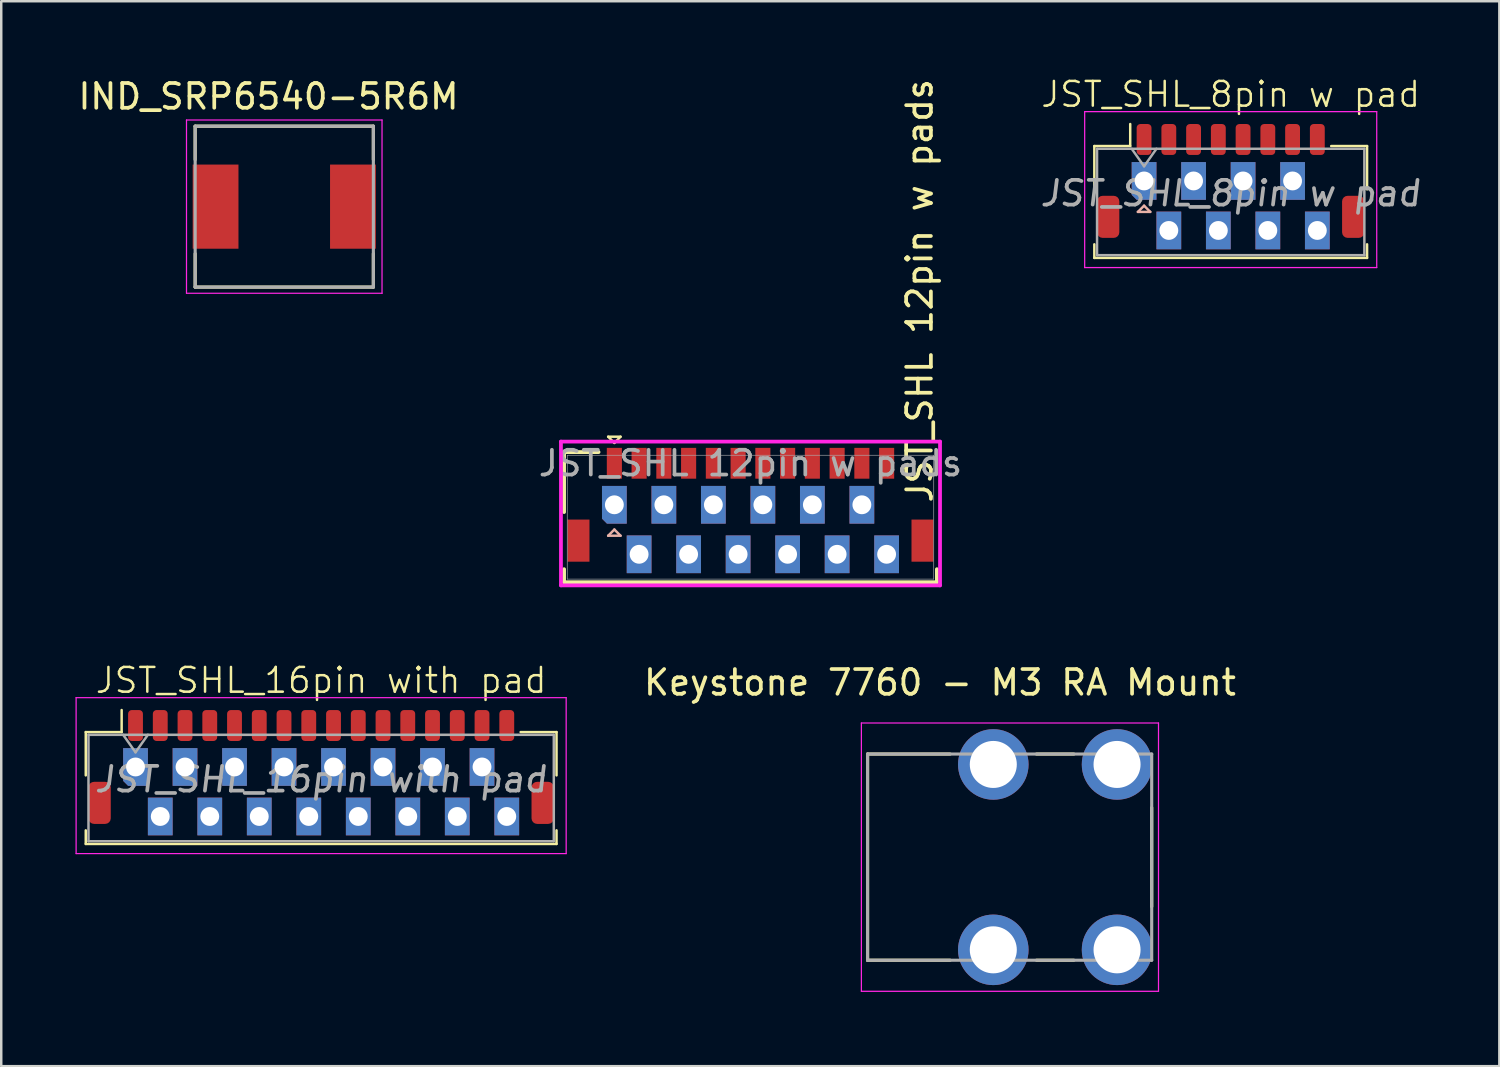
<source format=kicad_pcb>
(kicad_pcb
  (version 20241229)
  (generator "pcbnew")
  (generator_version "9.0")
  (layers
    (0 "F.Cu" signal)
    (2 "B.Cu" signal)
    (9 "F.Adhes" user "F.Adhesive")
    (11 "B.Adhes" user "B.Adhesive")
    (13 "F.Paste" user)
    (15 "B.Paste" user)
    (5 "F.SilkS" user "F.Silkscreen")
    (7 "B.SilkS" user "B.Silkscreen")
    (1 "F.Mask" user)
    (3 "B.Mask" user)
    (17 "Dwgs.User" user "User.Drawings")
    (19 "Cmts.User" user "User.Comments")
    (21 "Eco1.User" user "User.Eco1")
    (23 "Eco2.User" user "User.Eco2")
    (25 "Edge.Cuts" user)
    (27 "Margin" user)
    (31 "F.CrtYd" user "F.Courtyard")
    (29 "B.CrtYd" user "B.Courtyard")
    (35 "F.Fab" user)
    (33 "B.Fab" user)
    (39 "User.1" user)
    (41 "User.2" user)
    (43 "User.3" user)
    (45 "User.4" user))
  (footprint "IND_SRP6540-5R6M"
    (layer "F.Cu")
    (at 8.435 5.299)
    (property "Reference" "IND_SRP6540-5R6M" (at -0.636 -4.45 0) (layer "F.SilkS") (effects (font (size 1.001 1.001) (thickness 0.15))))
    (attr smd)
    (fp_line (start -3.6 -3.25) (end 3.6 -3.25) (stroke (width 0.127) (type solid)) (layer "F.SilkS"))
    (fp_line (start -3.6 -1.9) (end -3.6 -3.25) (stroke (width 0.127) (type solid)) (layer "F.SilkS"))
    (fp_line (start -3.6 3.25) (end -3.6 1.9) (stroke (width 0.127) (type solid)) (layer "F.SilkS"))
    (fp_line (start 3.6 -3.25) (end 3.6 -1.9) (stroke (width 0.127) (type solid)) (layer "F.SilkS"))
    (fp_line (start 3.6 1.9) (end 3.6 3.25) (stroke (width 0.127) (type solid)) (layer "F.SilkS"))
    (fp_line (start 3.6 3.25) (end -3.6 3.25) (stroke (width 0.127) (type solid)) (layer "F.SilkS"))
    (fp_line (start -3.95 -3.5) (end 3.95 -3.5) (stroke (width 0.05) (type solid)) (layer "F.CrtYd"))
    (fp_line (start -3.95 3.5) (end -3.95 -3.5) (stroke (width 0.05) (type solid)) (layer "F.CrtYd"))
    (fp_line (start 3.95 -3.5) (end 3.95 3.5) (stroke (width 0.05) (type solid)) (layer "F.CrtYd"))
    (fp_line (start 3.95 3.5) (end -3.95 3.5) (stroke (width 0.05) (type solid)) (layer "F.CrtYd"))
    (fp_line (start -3.6 -3.25) (end 3.6 -3.25) (stroke (width 0.127) (type solid)) (layer "F.Fab"))
    (fp_line (start -3.6 3.25) (end -3.6 -3.25) (stroke (width 0.127) (type solid)) (layer "F.Fab"))
    (fp_line (start 3.6 -3.25) (end 3.6 3.25) (stroke (width 0.127) (type solid)) (layer "F.Fab"))
    (fp_line (start 3.6 3.25) (end -3.6 3.25) (stroke (width 0.127) (type solid)) (layer "F.Fab"))
    (pad "1" smd rect (at -2.775 0) (size 1.85 3.4) (layers "F.Cu" "F.Mask" "F.Paste"))
    (pad "2" smd rect (at 2.775 0) (size 1.85 3.4) (layers "F.Cu" "F.Mask" "F.Paste")))
  (footprint "JST_SHL_16pin with pad"
    (layer "F.Cu")
    (at 9.925 27.938)
    (property "Reference" "JST_SHL_16pin with pad" (at 0 -3.5 0) (layer "F.SilkS") (effects (font (size 1 1) (thickness 0.1))))
    (fp_line (start -9.51 -1.41) (end -8.06 -1.41) (stroke (width 0.1) (type solid)) (layer "F.SilkS"))
    (fp_line (start -9.51 0.34) (end -9.51 -1.41) (stroke (width 0.1) (type solid)) (layer "F.SilkS"))
    (fp_line (start -9.51 2.56) (end -9.51 3.11) (stroke (width 0.1) (type solid)) (layer "F.SilkS"))
    (fp_line (start -9.51 3.11) (end 9.51 3.11) (stroke (width 0.1) (type solid)) (layer "F.SilkS"))
    (fp_line (start -8.06 -1.41) (end -8.06 -2.3) (stroke (width 0.1) (type solid)) (layer "F.SilkS"))
    (fp_line (start 9.51 -1.41) (end 8.06 -1.41) (stroke (width 0.1) (type solid)) (layer "F.SilkS"))
    (fp_line (start 9.51 0.34) (end 9.51 -1.41) (stroke (width 0.1) (type solid)) (layer "F.SilkS"))
    (fp_line (start 9.51 3.11) (end 9.51 2.56) (stroke (width 0.1) (type solid)) (layer "F.SilkS"))
    (fp_line (start -9.9 -2.8) (end -9.9 3.5) (stroke (width 0.05) (type solid)) (layer "F.CrtYd"))
    (fp_line (start -9.9 3.5) (end 9.9 3.5) (stroke (width 0.05) (type solid)) (layer "F.CrtYd"))
    (fp_line (start 9.9 -2.8) (end -9.9 -2.8) (stroke (width 0.05) (type solid)) (layer "F.CrtYd"))
    (fp_line (start 9.9 3.5) (end 9.9 -2.8) (stroke (width 0.05) (type solid)) (layer "F.CrtYd"))
    (fp_line (start -9.4 -1.3) (end -9.4 3) (stroke (width 0.1) (type solid)) (layer "F.Fab"))
    (fp_line (start -9.4 -1.3) (end 9.4 -1.3) (stroke (width 0.1) (type solid)) (layer "F.Fab"))
    (fp_line (start -9.4 3) (end 9.4 3) (stroke (width 0.1) (type solid)) (layer "F.Fab"))
    (fp_line (start -8 -1.3) (end -7.5 -0.593) (stroke (width 0.1) (type solid)) (layer "F.Fab"))
    (fp_line (start -7.5 -0.593) (end -7 -1.3) (stroke (width 0.1) (type solid)) (layer "F.Fab"))
    (fp_line (start 9.4 -1.3) (end 9.4 3) (stroke (width 0.1) (type solid)) (layer "F.Fab"))
    (fp_text user "${REFERENCE}" (at 0 0.5 0) (unlocked yes) (layer "F.Fab") (effects (font (size 1 1) (thickness 0.15) (italic yes))))
    (pad "1" smd roundrect (at -7.5 -1.675) (size 0.6 1.25) (layers "F.Cu" "F.Mask" "F.Paste") (roundrect_rratio 0.25))
    (pad "1" thru_hole roundrect (at -7.5 0) (size 1 1.524) (drill 0.762) (layers "*.Cu" "*.Mask") (roundrect_rratio 0) (chamfer_ratio 0.2) (chamfer bottom_left))
    (pad "2" smd roundrect (at -6.5 -1.675) (size 0.6 1.25) (layers "F.Cu" "F.Mask" "F.Paste") (roundrect_rratio 0.25))
    (pad "2" thru_hole rect (at -6.5 2) (size 1 1.524) (drill 0.762) (layers "*.Cu" "*.Mask"))
    (pad "3" smd roundrect (at -5.5 -1.675) (size 0.6 1.25) (layers "F.Cu" "F.Mask" "F.Paste") (roundrect_rratio 0.25))
    (pad "3" thru_hole rect (at -5.5 0) (size 1 1.524) (drill 0.762) (layers "*.Cu" "*.Mask"))
    (pad "4" smd roundrect (at -4.5 -1.675) (size 0.6 1.25) (layers "F.Cu" "F.Mask" "F.Paste") (roundrect_rratio 0.25))
    (pad "4" thru_hole rect (at -4.5 2) (size 1 1.524) (drill 0.762) (layers "*.Cu" "*.Mask"))
    (pad "5" smd roundrect (at -3.5 -1.675) (size 0.6 1.25) (layers "F.Cu" "F.Mask" "F.Paste") (roundrect_rratio 0.25))
    (pad "5" thru_hole rect (at -3.5 0) (size 1 1.524) (drill 0.762) (layers "*.Cu" "*.Mask"))
    (pad "6" smd roundrect (at -2.5 -1.675) (size 0.6 1.25) (layers "F.Cu" "F.Mask" "F.Paste") (roundrect_rratio 0.25))
    (pad "6" thru_hole rect (at -2.5 2) (size 1 1.524) (drill 0.762) (layers "*.Cu" "*.Mask"))
    (pad "7" smd roundrect (at -1.5 -1.675) (size 0.6 1.25) (layers "F.Cu" "F.Mask" "F.Paste") (roundrect_rratio 0.25))
    (pad "7" thru_hole rect (at -1.5 0) (size 1 1.524) (drill 0.762) (layers "*.Cu" "*.Mask"))
    (pad "8" smd roundrect (at -0.5 -1.675) (size 0.6 1.25) (layers "F.Cu" "F.Mask" "F.Paste") (roundrect_rratio 0.25))
    (pad "8" thru_hole rect (at -0.5 2) (size 1 1.524) (drill 0.762) (layers "*.Cu" "*.Mask"))
    (pad "9" smd roundrect (at 0.5 -1.675) (size 0.6 1.25) (layers "F.Cu" "F.Mask" "F.Paste") (roundrect_rratio 0.25))
    (pad "9" thru_hole rect (at 0.5 0) (size 1 1.524) (drill 0.762) (layers "*.Cu" "*.Mask"))
    (pad "10" smd roundrect (at 1.5 -1.675) (size 0.6 1.25) (layers "F.Cu" "F.Mask" "F.Paste") (roundrect_rratio 0.25))
    (pad "10" thru_hole rect (at 1.5 2) (size 1 1.524) (drill 0.762) (layers "*.Cu" "*.Mask"))
    (pad "11" smd roundrect (at 2.5 -1.675) (size 0.6 1.25) (layers "F.Cu" "F.Mask" "F.Paste") (roundrect_rratio 0.25))
    (pad "11" thru_hole rect (at 2.5 0) (size 1 1.524) (drill 0.762) (layers "*.Cu" "*.Mask"))
    (pad "12" smd roundrect (at 3.5 -1.675) (size 0.6 1.25) (layers "F.Cu" "F.Mask" "F.Paste") (roundrect_rratio 0.25))
    (pad "12" thru_hole rect (at 3.5 2) (size 1 1.524) (drill 0.762) (layers "*.Cu" "*.Mask"))
    (pad "13" smd roundrect (at 4.5 -1.675) (size 0.6 1.25) (layers "F.Cu" "F.Mask" "F.Paste") (roundrect_rratio 0.25))
    (pad "13" thru_hole rect (at 4.5 0) (size 1 1.524) (drill 0.762) (layers "*.Cu" "*.Mask"))
    (pad "14" smd roundrect (at 5.5 -1.675) (size 0.6 1.25) (layers "F.Cu" "F.Mask" "F.Paste") (roundrect_rratio 0.25))
    (pad "14" thru_hole rect (at 5.5 2) (size 1 1.524) (drill 0.762) (layers "*.Cu" "*.Mask"))
    (pad "15" smd roundrect (at 6.5 -1.675) (size 0.6 1.25) (layers "F.Cu" "F.Mask" "F.Paste") (roundrect_rratio 0.25))
    (pad "15" thru_hole rect (at 6.5 0) (size 1 1.524) (drill 0.762) (layers "*.Cu" "*.Mask"))
    (pad "16" smd roundrect (at 7.5 -1.675) (size 0.6 1.25) (layers "F.Cu" "F.Mask" "F.Paste") (roundrect_rratio 0.25))
    (pad "16" thru_hole rect (at 7.5 2) (size 1 1.524) (drill 0.762) (layers "*.Cu" "*.Mask"))
    (pad "MP" smd roundrect (at -8.95 1.45) (size 0.9 1.7) (layers "F.Cu" "F.Mask" "F.Paste") (roundrect_rratio 0.25))
    (pad "MP" smd roundrect (at 8.95 1.45) (size 0.9 1.7) (layers "F.Cu" "F.Mask" "F.Paste") (roundrect_rratio 0.25)))
  (footprint "Keystone 7760 - M3 RA Mount"
    (layer "F.Cu")
    (at 37.742 31.581)
    (property "Reference" "Keystone 7760 - M3 RA Mount" (at -2.815 -7.055 0) (layer "F.SilkS") (effects (font (size 1 1) (thickness 0.15))))
    (attr through_hole)
    (fp_line (start -5.74 -4.165) (end -5.74 4.165) (stroke (width 0.127) (type solid)) (layer "F.SilkS"))
    (fp_line (start -5.74 4.165) (end -2.405 4.165) (stroke (width 0.127) (type solid)) (layer "F.SilkS"))
    (fp_line (start -2.405 -4.165) (end -5.74 -4.165) (stroke (width 0.127) (type solid)) (layer "F.SilkS"))
    (fp_line (start 1.085 -4.165) (end 2.595 -4.165) (stroke (width 0.127) (type solid)) (layer "F.SilkS"))
    (fp_line (start 1.085 4.165) (end 2.595 4.165) (stroke (width 0.127) (type solid)) (layer "F.SilkS"))
    (fp_line (start 5.74 -2) (end 5.74 2) (stroke (width 0.127) (type solid)) (layer "F.SilkS"))
    (fp_line (start -5.99 -5.42) (end -5.99 5.42) (stroke (width 0.05) (type solid)) (layer "F.CrtYd"))
    (fp_line (start -5.99 5.42) (end 6.015 5.42) (stroke (width 0.05) (type solid)) (layer "F.CrtYd"))
    (fp_line (start 6.015 -5.42) (end -5.99 -5.42) (stroke (width 0.05) (type solid)) (layer "F.CrtYd"))
    (fp_line (start 6.015 5.42) (end 6.015 -5.42) (stroke (width 0.05) (type solid)) (layer "F.CrtYd"))
    (fp_line (start -5.74 -4.165) (end -5.74 4.165) (stroke (width 0.127) (type solid)) (layer "F.Fab"))
    (fp_line (start -5.74 4.165) (end 5.74 4.165) (stroke (width 0.127) (type solid)) (layer "F.Fab"))
    (fp_line (start 5.74 -4.165) (end -5.74 -4.165) (stroke (width 0.127) (type solid)) (layer "F.Fab"))
    (fp_line (start 5.74 4.165) (end 5.74 -4.165) (stroke (width 0.127) (type solid)) (layer "F.Fab"))
    (pad "1_1" thru_hole circle (at -0.66 3.745) (size 2.85 2.85) (drill 1.9) (layers "*.Cu" "*.Mask"))
    (pad "1_2" thru_hole circle (at 4.34 3.745) (size 2.85 2.85) (drill 1.9) (layers "*.Cu" "*.Mask"))
    (pad "1_3" thru_hole circle (at 4.34 -3.745) (size 2.85 2.85) (drill 1.9) (layers "*.Cu" "*.Mask"))
    (pad "1_4" thru_hole circle (at -0.66 -3.745) (size 2.85 2.85) (drill 1.9) (layers "*.Cu" "*.Mask")))
  (footprint "JST_SHL_8pin w pad"
    (layer "F.Cu")
    (at 46.674 4.261)
    (property "Reference" "JST_SHL_8pin w pad" (at 0 -3.5 0) (layer "F.SilkS") (effects (font (size 1 1) (thickness 0.1))))
    (fp_line (start -5.51 -1.41) (end -4.06 -1.41) (stroke (width 0.1) (type solid)) (layer "F.SilkS"))
    (fp_line (start -5.51 0.34) (end -5.51 -1.41) (stroke (width 0.1) (type solid)) (layer "F.SilkS"))
    (fp_line (start -5.51 2.56) (end -5.51 3.11) (stroke (width 0.1) (type solid)) (layer "F.SilkS"))
    (fp_line (start -5.51 3.11) (end 5.51 3.11) (stroke (width 0.1) (type solid)) (layer "F.SilkS"))
    (fp_line (start -4.06 -1.41) (end -4.06 -2.3) (stroke (width 0.1) (type solid)) (layer "F.SilkS"))
    (fp_line (start 5.51 -1.41) (end 4.06 -1.41) (stroke (width 0.1) (type solid)) (layer "F.SilkS"))
    (fp_line (start 5.51 0.34) (end 5.51 -1.41) (stroke (width 0.1) (type solid)) (layer "F.SilkS"))
    (fp_line (start 5.51 3.11) (end 5.51 2.56) (stroke (width 0.1) (type solid)) (layer "F.SilkS"))
    (fp_line (start -3.75 1.25) (end -3.25 1.25) (stroke (width 0.1) (type default)) (layer "B.SilkS"))
    (fp_line (start -3.5 1) (end -3.75 1.25) (stroke (width 0.1) (type default)) (layer "B.SilkS"))
    (fp_line (start -3.25 1.25) (end -3.5 1) (stroke (width 0.1) (type default)) (layer "B.SilkS"))
    (fp_line (start -5.9 -2.8) (end -5.9 3.5) (stroke (width 0.05) (type solid)) (layer "F.CrtYd"))
    (fp_line (start -5.9 3.5) (end 5.9 3.5) (stroke (width 0.05) (type solid)) (layer "F.CrtYd"))
    (fp_line (start 5.9 -2.8) (end -5.9 -2.8) (stroke (width 0.05) (type solid)) (layer "F.CrtYd"))
    (fp_line (start 5.9 3.5) (end 5.9 -2.8) (stroke (width 0.05) (type solid)) (layer "F.CrtYd"))
    (fp_line (start -5.4 -1.3) (end -5.4 3) (stroke (width 0.1) (type solid)) (layer "F.Fab"))
    (fp_line (start -5.4 -1.3) (end 5.4 -1.3) (stroke (width 0.1) (type solid)) (layer "F.Fab"))
    (fp_line (start -5.4 3) (end 5.4 3) (stroke (width 0.1) (type solid)) (layer "F.Fab"))
    (fp_line (start -4 -1.3) (end -3.5 -0.593) (stroke (width 0.1) (type solid)) (layer "F.Fab"))
    (fp_line (start -3.5 -0.593) (end -3 -1.3) (stroke (width 0.1) (type solid)) (layer "F.Fab"))
    (fp_line (start 5.4 -1.3) (end 5.4 3) (stroke (width 0.1) (type solid)) (layer "F.Fab"))
    (fp_text user "${REFERENCE}" (at 0 0.5 0) (unlocked yes) (layer "F.Fab") (effects (font (size 1 1) (thickness 0.15) (italic yes))))
    (pad "1" smd roundrect (at -3.5 -1.675) (size 0.6 1.25) (layers "F.Cu" "F.Mask" "F.Paste") (roundrect_rratio 0.25))
    (pad "1" thru_hole roundrect (at -3.5 0) (size 1 1.524) (drill 0.762) (layers "*.Cu" "*.Mask") (roundrect_rratio 0) (chamfer_ratio 0.2) (chamfer bottom_left))
    (pad "2" smd roundrect (at -2.5 -1.675) (size 0.6 1.25) (layers "F.Cu" "F.Mask" "F.Paste") (roundrect_rratio 0.25))
    (pad "2" thru_hole rect (at -2.5 2) (size 1 1.524) (drill 0.762) (layers "*.Cu" "*.Mask"))
    (pad "3" smd roundrect (at -1.5 -1.675) (size 0.6 1.25) (layers "F.Cu" "F.Mask" "F.Paste") (roundrect_rratio 0.25))
    (pad "3" thru_hole rect (at -1.5 0) (size 1 1.524) (drill 0.762) (layers "*.Cu" "*.Mask"))
    (pad "4" smd roundrect (at -0.5 -1.675) (size 0.6 1.25) (layers "F.Cu" "F.Mask" "F.Paste") (roundrect_rratio 0.25))
    (pad "4" thru_hole rect (at -0.5 2) (size 1 1.524) (drill 0.762) (layers "*.Cu" "*.Mask"))
    (pad "5" smd roundrect (at 0.5 -1.675) (size 0.6 1.25) (layers "F.Cu" "F.Mask" "F.Paste") (roundrect_rratio 0.25))
    (pad "5" thru_hole rect (at 0.5 0) (size 1 1.524) (drill 0.762) (layers "*.Cu" "*.Mask"))
    (pad "6" smd roundrect (at 1.5 -1.675) (size 0.6 1.25) (layers "F.Cu" "F.Mask" "F.Paste") (roundrect_rratio 0.25))
    (pad "6" thru_hole rect (at 1.5 2) (size 1 1.524) (drill 0.762) (layers "*.Cu" "*.Mask"))
    (pad "7" smd roundrect (at 2.5 -1.675) (size 0.6 1.25) (layers "F.Cu" "F.Mask" "F.Paste") (roundrect_rratio 0.25))
    (pad "7" thru_hole rect (at 2.5 0) (size 1 1.524) (drill 0.762) (layers "*.Cu" "*.Mask"))
    (pad "8" smd roundrect (at 3.5 -1.675) (size 0.6 1.25) (layers "F.Cu" "F.Mask" "F.Paste") (roundrect_rratio 0.25))
    (pad "8" thru_hole rect (at 3.5 2) (size 1 1.524) (drill 0.762) (layers "*.Cu" "*.Mask"))
    (pad "MP" smd roundrect (at -4.95 1.45) (size 0.9 1.7) (layers "F.Cu" "F.Mask" "F.Paste") (roundrect_rratio 0.25))
    (pad "MP" smd roundrect (at 4.95 1.45) (size 0.9 1.7) (layers "F.Cu" "F.Mask" "F.Paste") (roundrect_rratio 0.25)))
  (footprint "JST_SHL 12pin w pads"
    (layer "F.Cu")
    (at 27.272 17.845)
    (property "Reference" "JST_SHL 12pin w pads" (at 6.834 -0.5 90) (layer "F.SilkS") (effects (font (size 1 1) (thickness 0.15)) (justify left)))
    (attr smd)
    (fp_line (start -7.531 -2.629) (end -7.531 -0.206) (stroke (width 0.152) (type solid)) (layer "F.SilkS"))
    (fp_line (start -7.531 2.102) (end -7.531 2.629) (stroke (width 0.152) (type solid)) (layer "F.SilkS"))
    (fp_line (start -7.531 2.629) (end 7.531 2.629) (stroke (width 0.152) (type solid)) (layer "F.SilkS"))
    (fp_line (start -6.138 -2.629) (end -7.531 -2.629) (stroke (width 0.152) (type solid)) (layer "F.SilkS"))
    (fp_line (start -5.75 -3.25) (end -5.5 -3) (stroke (width 0.1) (type default)) (layer "F.SilkS"))
    (fp_line (start -5.5 -3) (end -5.25 -3.25) (stroke (width 0.1) (type default)) (layer "F.SilkS"))
    (fp_line (start -5.25 -3.25) (end -5.75 -3.25) (stroke (width 0.1) (type default)) (layer "F.SilkS"))
    (fp_line (start 7.531 2.629) (end 7.531 2.102) (stroke (width 0.152) (type solid)) (layer "F.SilkS"))
    (fp_line (start -5.75 0.75) (end -5.25 0.75) (stroke (width 0.1) (type default)) (layer "B.SilkS"))
    (fp_line (start -5.5 0.5) (end -5.75 0.75) (stroke (width 0.1) (type default)) (layer "B.SilkS"))
    (fp_line (start -5.25 0.75) (end -5.5 0.5) (stroke (width 0.1) (type default)) (layer "B.SilkS"))
    (fp_line (start -7.658 -3.053) (end -7.658 2.756) (stroke (width 0.152) (type solid)) (layer "F.CrtYd"))
    (fp_line (start -7.658 2.756) (end 7.658 2.756) (stroke (width 0.152) (type solid)) (layer "F.CrtYd"))
    (fp_line (start 7.658 -3.053) (end -7.658 -3.053) (stroke (width 0.152) (type solid)) (layer "F.CrtYd"))
    (fp_line (start 7.658 2.756) (end 7.658 -3.053) (stroke (width 0.152) (type solid)) (layer "F.CrtYd"))
    (fp_line (start -7.404 -2.502) (end -7.404 2.502) (stroke (width 0.025) (type solid)) (layer "F.Fab"))
    (fp_line (start -7.404 2.502) (end 7.404 2.502) (stroke (width 0.025) (type solid)) (layer "F.Fab"))
    (fp_line (start 7.404 -2.502) (end -7.404 -2.502) (stroke (width 0.025) (type solid)) (layer "F.Fab"))
    (fp_line (start 7.404 2.502) (end 7.404 -2.502) (stroke (width 0.025) (type solid)) (layer "F.Fab"))
    (fp_text user "${REFERENCE}" (at 0 -2.177 0) (unlocked yes) (layer "F.Fab") (effects (font (size 1 1) (thickness 0.15))))
    (pad "1" thru_hole roundrect (at -5.5 -0.5) (size 1 1.524) (drill 0.762) (layers "*.Cu" "*.Mask") (roundrect_rratio 0) (chamfer_ratio 0.2) (chamfer bottom_left))
    (pad "1" smd rect (at -5.5 -2.177) (size 0.61 1.245) (layers "F.Cu" "F.Mask" "F.Paste"))
    (pad "2" smd rect (at -4.5 -2.177) (size 0.61 1.245) (layers "F.Cu" "F.Mask" "F.Paste"))
    (pad "2" thru_hole rect (at -4.5 1.5) (size 1 1.524) (drill 0.762) (layers "*.Cu" "*.Mask"))
    (pad "3" smd rect (at -3.5 -2.177) (size 0.61 1.245) (layers "F.Cu" "F.Mask" "F.Paste"))
    (pad "3" thru_hole rect (at -3.5 -0.5) (size 1 1.524) (drill 0.762) (layers "*.Cu" "*.Mask"))
    (pad "4" smd rect (at -2.5 -2.177) (size 0.61 1.245) (layers "F.Cu" "F.Mask" "F.Paste"))
    (pad "4" thru_hole rect (at -2.5 1.5) (size 1 1.524) (drill 0.762) (layers "*.Cu" "*.Mask"))
    (pad "5" smd rect (at -1.5 -2.177) (size 0.61 1.245) (layers "F.Cu" "F.Mask" "F.Paste"))
    (pad "5" thru_hole rect (at -1.5 -0.5) (size 1 1.524) (drill 0.762) (layers "*.Cu" "*.Mask"))
    (pad "6" smd rect (at -0.5 -2.177) (size 0.61 1.245) (layers "F.Cu" "F.Mask" "F.Paste"))
    (pad "6" thru_hole rect (at -0.5 1.5) (size 1 1.524) (drill 0.762) (layers "*.Cu" "*.Mask"))
    (pad "7" smd rect (at 0.5 -2.177) (size 0.61 1.245) (layers "F.Cu" "F.Mask" "F.Paste"))
    (pad "7" thru_hole rect (at 0.5 -0.5) (size 1 1.524) (drill 0.762) (layers "*.Cu" "*.Mask"))
    (pad "8" smd rect (at 1.5 -2.177) (size 0.61 1.245) (layers "F.Cu" "F.Mask" "F.Paste"))
    (pad "8" thru_hole rect (at 1.5 1.5) (size 1 1.524) (drill 0.762) (layers "*.Cu" "*.Mask"))
    (pad "9" smd rect (at 2.5 -2.177) (size 0.61 1.245) (layers "F.Cu" "F.Mask" "F.Paste"))
    (pad "9" thru_hole rect (at 2.5 -0.5) (size 1 1.524) (drill 0.762) (layers "*.Cu" "*.Mask"))
    (pad "10" thru_hole rect (at 3.5 1.5) (size 1 1.524) (drill 0.762) (layers "*.Cu" "*.Mask"))
    (pad "10" smd rect (at 3.5 -2.177) (size 0.61 1.245) (layers "F.Cu" "F.Mask" "F.Paste"))
    (pad "11" smd rect (at 4.5 -2.177) (size 0.61 1.245) (layers "F.Cu" "F.Mask" "F.Paste"))
    (pad "11" thru_hole rect (at 4.5 -0.5) (size 1 1.524) (drill 0.762) (layers "*.Cu" "*.Mask"))
    (pad "12" smd rect (at 5.5 -2.177) (size 0.61 1.245) (layers "F.Cu" "F.Mask" "F.Paste"))
    (pad "12" thru_hole rect (at 5.5 1.5) (size 1 1.524) (drill 0.762) (layers "*.Cu" "*.Mask"))
    (pad "MP" smd rect (at -6.95 0.948) (size 0.889 1.702) (layers "F.Cu" "F.Mask" "F.Paste"))
    (pad "MP" smd rect (at 6.95 0.948) (size 0.889 1.702) (layers "F.Cu" "F.Mask" "F.Paste")))
  (gr_rect
    (start -3 -3)
    (end 57.528 40.026)
    (stroke (width 0.1) (type default))
    (fill no)
    (layer "Edge.Cuts")))
</source>
